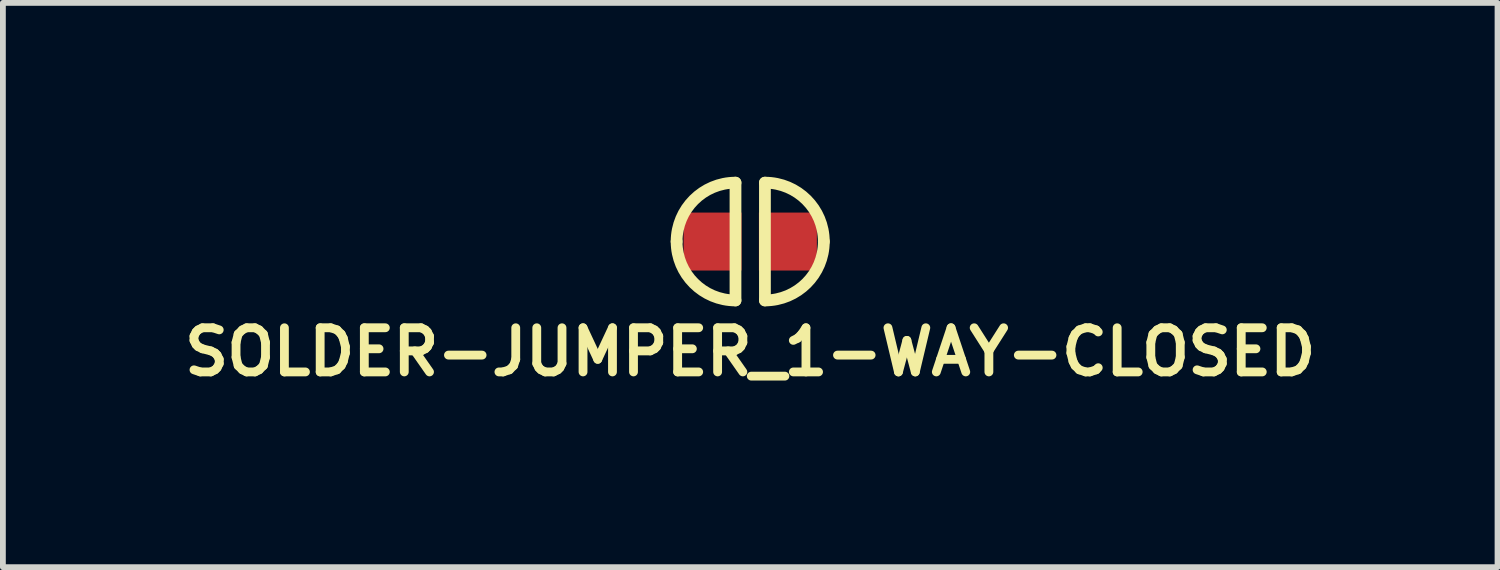
<source format=kicad_pcb>
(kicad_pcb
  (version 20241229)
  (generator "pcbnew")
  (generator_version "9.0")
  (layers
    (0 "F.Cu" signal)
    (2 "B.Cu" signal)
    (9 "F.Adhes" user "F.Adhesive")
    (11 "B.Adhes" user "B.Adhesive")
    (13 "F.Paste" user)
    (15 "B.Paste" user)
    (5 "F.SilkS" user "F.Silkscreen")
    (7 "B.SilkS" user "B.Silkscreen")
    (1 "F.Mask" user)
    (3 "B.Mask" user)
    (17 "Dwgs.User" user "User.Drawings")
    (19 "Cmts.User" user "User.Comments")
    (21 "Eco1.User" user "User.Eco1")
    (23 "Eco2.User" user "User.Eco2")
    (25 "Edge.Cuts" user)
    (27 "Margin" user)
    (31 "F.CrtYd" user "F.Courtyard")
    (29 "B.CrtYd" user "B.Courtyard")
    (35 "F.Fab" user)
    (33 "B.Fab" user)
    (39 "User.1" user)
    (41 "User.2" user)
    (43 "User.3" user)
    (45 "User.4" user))
  (footprint "SOLDER-JUMPER_1-WAY-CLOSED"
    (layer "F.Cu")
    (at 9.895 1.118)
    (property "Reference" "SOLDER-JUMPER_1-WAY-CLOSED" (at 0 1.905 0) (layer "F.SilkS") (effects (font (size 0.762 0.762) (thickness 0.152))))
    (attr through_hole)
    (fp_line (start -0.254 -1.016) (end -0.254 1.016) (stroke (width 0.203) (type solid)) (layer "F.SilkS"))
    (fp_line (start 0.254 1.016) (end 0.254 -1.016) (stroke (width 0.203) (type solid)) (layer "F.SilkS"))
    (fp_arc (start -1.27 0) (mid -0.97242 -0.71842) (end -0.254 -1.016) (stroke (width 0.2032) (type solid)) (layer "F.SilkS"))
    (fp_arc (start -0.254 1.016) (mid -0.97242 0.71842) (end -1.27 0) (stroke (width 0.2032) (type solid)) (layer "F.SilkS"))
    (fp_arc (start 0.254 -1.016) (mid 0.97242 -0.71842) (end 1.27 0) (stroke (width 0.2032) (type solid)) (layer "F.SilkS"))
    (fp_arc (start 1.27 0) (mid 0.97242 0.71842) (end 0.254 1.016) (stroke (width 0.2032) (type solid)) (layer "F.SilkS"))
    (pad "1" smd rect (at -0.65 0) (size 1 1) (layers "F.Cu" "F.Mask" "F.Paste"))
    (pad "1" smd rect (at 0.65 0) (size 1 1) (layers "F.Cu" "F.Mask" "F.Paste")))
  (gr_rect
    (start -3 -3)
    (end 22.79 6.736)
    (stroke (width 0.1) (type default))
    (fill no)
    (layer "Edge.Cuts")))
</source>
